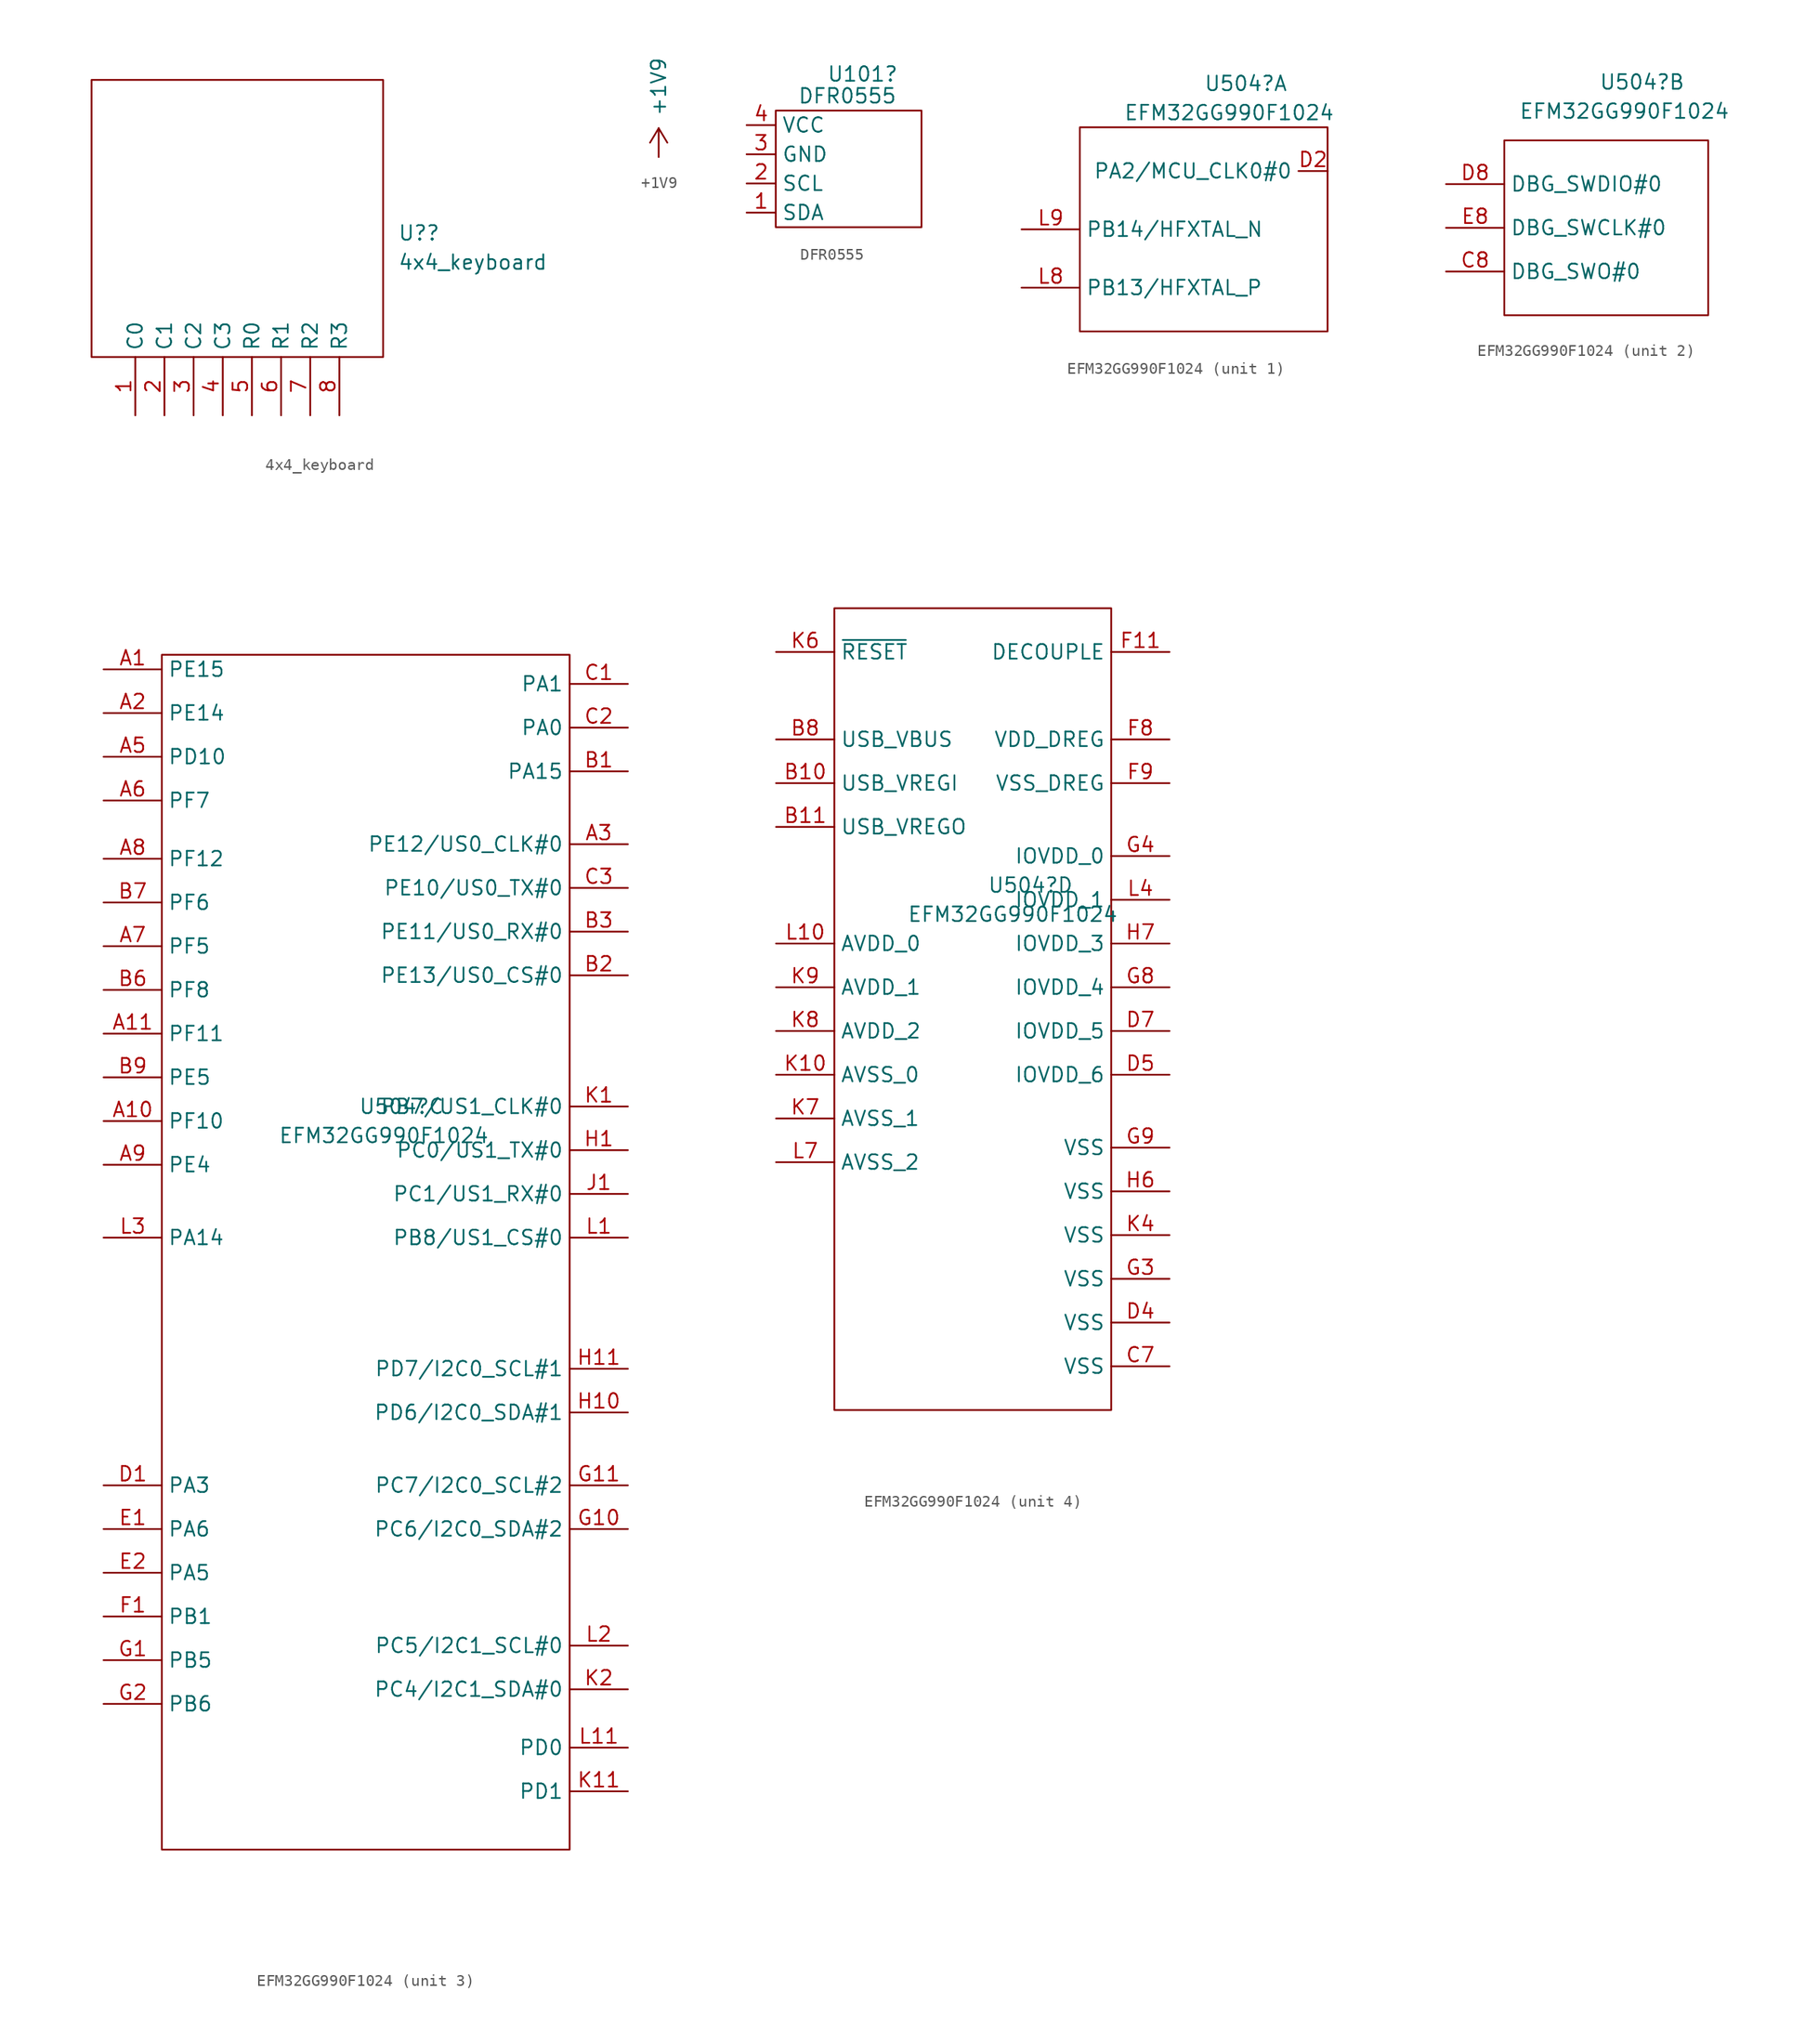
<source format=kicad_sym>
(kicad_symbol_lib
  (version 20211014)
  (generator kicad_symbol_editor)
  (symbol "4x4_keyboard"
    (property "Reference" "U?"
      (at 13.97 5.715 0)
      (effects (font (size 1.27 1.27)) (justify left)))
    (property "Value" "4x4_keyboard"
      (at 13.97 3.175 0)
      (effects (font (size 1.27 1.27)) (justify left)))
    (symbol "4x4_keyboard_0_1"
      (rectangle (start -12.7 19.05) (end 12.7 -5.08) (stroke (width 0) (type default) (color 0 0 0 0)) (fill (type none))))
    (symbol "4x4_keyboard_1_1"
      (pin bidirectional line (at -8.89 -10.16 90) (length 5.08) (name "C0" (effects (font (size 1.27 1.27)))) (number "1" (effects (font (size 1.27 1.27)))))
      (pin bidirectional line (at -6.35 -10.16 90) (length 5.08) (name "C1" (effects (font (size 1.27 1.27)))) (number "2" (effects (font (size 1.27 1.27)))))
      (pin bidirectional line (at -3.81 -10.16 90) (length 5.08) (name "C2" (effects (font (size 1.27 1.27)))) (number "3" (effects (font (size 1.27 1.27)))))
      (pin bidirectional line (at -1.27 -10.16 90) (length 5.08) (name "C3" (effects (font (size 1.27 1.27)))) (number "4" (effects (font (size 1.27 1.27)))))
      (pin bidirectional line (at 1.27 -10.16 90) (length 5.08) (name "R0" (effects (font (size 1.27 1.27)))) (number "5" (effects (font (size 1.27 1.27)))))
      (pin bidirectional line (at 3.81 -10.16 90) (length 5.08) (name "R1" (effects (font (size 1.27 1.27)))) (number "6" (effects (font (size 1.27 1.27)))))
      (pin bidirectional line (at 6.35 -10.16 90) (length 5.08) (name "R2" (effects (font (size 1.27 1.27)))) (number "7" (effects (font (size 1.27 1.27)))))
      (pin bidirectional line (at 8.89 -10.16 90) (length 5.08) (name "R3" (effects (font (size 1.27 1.27)))) (number "8" (effects (font (size 1.27 1.27)))))))
  (symbol "+1V9"
    (power)
    (pin_names
      (offset 0))
    (property "Reference" "#PWR"
      (at 0 -3.81 0)
      (effects (font (size 1.27 1.27)) hide))
    (property "Value" "+1V9"
      (at 0 3.556 90)
      (effects (font (size 1.27 1.27)) (justify left)))
    (symbol "+1V9_0_1"
      (polyline (pts (xy -0.762 1.27) (xy 0 2.54)) (stroke (width 0) (type default) (color 0 0 0 0)) (fill (type none)))
      (polyline (pts (xy 0 0) (xy 0 2.54)) (stroke (width 0) (type default) (color 0 0 0 0)) (fill (type none)))
      (polyline (pts (xy 0 2.54) (xy 0.762 1.27)) (stroke (width 0) (type default) (color 0 0 0 0)) (fill (type none))))
    (symbol "+1V9_1_1"
      (pin power_in line (at 0 0 90) (length 0) hide (name "+1V9" (effects (font (size 1.27 1.27)))) (number "1" (effects (font (size 1.27 1.27)))))))
  (symbol "DFR0555"
    (property "Reference" "U101"
      (at -1.905 5.715 0)
      (effects (font (size 1.27 1.27)) (justify left)))
    (property "Value" "DFR0555"
      (at -4.445 3.81 0)
      (effects (font (size 1.27 1.27)) (justify left)))
    (symbol "DFR0555_0_1"
      (rectangle (start -6.35 2.54) (end 6.35 -7.62) (stroke (width 0) (type default) (color 0 0 0 0)) (fill (type none))))
    (symbol "DFR0555_1_1"
      (pin open_collector line (at -8.89 -6.35 0) (length 2.54) (name "SDA" (effects (font (size 1.27 1.27)))) (number "1" (effects (font (size 1.27 1.27)))))
      (pin open_collector line (at -8.89 -3.81 0) (length 2.54) (name "SCL" (effects (font (size 1.27 1.27)))) (number "2" (effects (font (size 1.27 1.27)))))
      (pin power_in line (at -8.89 -1.27 0) (length 2.54) (name "GND" (effects (font (size 1.27 1.27)))) (number "3" (effects (font (size 1.27 1.27)))))
      (pin power_in line (at -8.89 1.27 0) (length 2.54) (name "VCC" (effects (font (size 1.27 1.27)))) (number "4" (effects (font (size 1.27 1.27)))))))
  (symbol "EFM32GG990F1024"
    (property "Reference" "U504"
      (at -0.635 12.7 0)
      (effects (font (size 1.27 1.27)) (justify left)))
    (property "Value" "EFM32GG990F1024"
      (at -7.62 10.16 0)
      (effects (font (size 1.27 1.27)) (justify left)))
    (property "ki_locked" ""
      (at 0 0 0)
      (effects (font (size 1.27 1.27))))
    (symbol "EFM32GG990F1024_1_1"
      (rectangle (start -11.43 8.89) (end 10.16 -8.89) (stroke (width 0) (type default) (color 0 0 0 0)) (fill (type none)))
      (pin output line (at 10.16 5.08 180) (length 2.54) (name "PA2/MCU_CLK0#0" (effects (font (size 1.27 1.27)))) (number "D2" (effects (font (size 1.27 1.27)))))
      (pin input line (at -16.51 -5.08 0) (length 5.08) (name "PB13/HFXTAL_P" (effects (font (size 1.27 1.27)))) (number "L8" (effects (font (size 1.27 1.27)))))
      (pin input line (at -16.51 0 0) (length 5.08) (name "PB14/HFXTAL_N" (effects (font (size 1.27 1.27)))) (number "L9" (effects (font (size 1.27 1.27))))))
    (symbol "EFM32GG990F1024_2_1"
      (rectangle (start -8.89 7.62) (end 8.89 -7.62) (stroke (width 0) (type default) (color 0 0 0 0)) (fill (type none)))
      (pin bidirectional line (at -13.97 -3.81 0) (length 5.08) (name "DBG_SWO#0" (effects (font (size 1.27 1.27)))) (number "C8" (effects (font (size 1.27 1.27)))))
      (pin bidirectional line (at -13.97 3.81 0) (length 5.08) (name "DBG_SWDIO#0" (effects (font (size 1.27 1.27)))) (number "D8" (effects (font (size 1.27 1.27)))))
      (pin input line (at -13.97 0 0) (length 5.08) (name "DBG_SWCLK#0" (effects (font (size 1.27 1.27)))) (number "E8" (effects (font (size 1.27 1.27))))))
    (symbol "EFM32GG990F1024_3_1"
      (rectangle (start -17.78 52.07) (end 17.78 -52.07) (stroke (width 0) (type default) (color 0 0 0 0)) (fill (type none)))
      (pin bidirectional line (at -22.86 50.8 0) (length 5.08) (name "PE15" (effects (font (size 1.27 1.27)))) (number "A1" (effects (font (size 1.27 1.27)))))
      (pin input line (at -22.86 11.43 0) (length 5.08) (name "PF10" (effects (font (size 1.27 1.27)))) (number "A10" (effects (font (size 1.27 1.27)))))
      (pin input line (at -22.86 19.05 0) (length 5.08) (name "PF11" (effects (font (size 1.27 1.27)))) (number "A11" (effects (font (size 1.27 1.27)))))
      (pin bidirectional line (at -22.86 46.99 0) (length 5.08) (name "PE14" (effects (font (size 1.27 1.27)))) (number "A2" (effects (font (size 1.27 1.27)))))
      (pin output line (at 22.86 35.56 180) (length 5.08) (name "PE12/US0_CLK#0" (effects (font (size 1.27 1.27)))) (number "A3" (effects (font (size 1.27 1.27)))))
      (pin bidirectional line (at -22.86 43.18 0) (length 5.08) (name "PD10" (effects (font (size 1.27 1.27)))) (number "A5" (effects (font (size 1.27 1.27)))))
      (pin bidirectional line (at -22.86 39.37 0) (length 5.08) (name "PF7" (effects (font (size 1.27 1.27)))) (number "A6" (effects (font (size 1.27 1.27)))))
      (pin output line (at -22.86 26.67 0) (length 5.08) (name "PF5" (effects (font (size 1.27 1.27)))) (number "A7" (effects (font (size 1.27 1.27)))))
      (pin output line (at -22.86 34.29 0) (length 5.08) (name "PF12" (effects (font (size 1.27 1.27)))) (number "A8" (effects (font (size 1.27 1.27)))))
      (pin input line (at -22.86 7.62 0) (length 5.08) (name "PE4" (effects (font (size 1.27 1.27)))) (number "A9" (effects (font (size 1.27 1.27)))))
      (pin bidirectional line (at 22.86 41.91 180) (length 5.08) (name "PA15" (effects (font (size 1.27 1.27)))) (number "B1" (effects (font (size 1.27 1.27)))))
      (pin output line (at 22.86 24.13 180) (length 5.08) (name "PE13/US0_CS#0" (effects (font (size 1.27 1.27)))) (number "B2" (effects (font (size 1.27 1.27)))))
      (pin input line (at 22.86 27.94 180) (length 5.08) (name "PE11/US0_RX#0" (effects (font (size 1.27 1.27)))) (number "B3" (effects (font (size 1.27 1.27)))))
      (pin output line (at -22.86 22.86 0) (length 5.08) (name "PF8" (effects (font (size 1.27 1.27)))) (number "B6" (effects (font (size 1.27 1.27)))))
      (pin output line (at -22.86 30.48 0) (length 5.08) (name "PF6" (effects (font (size 1.27 1.27)))) (number "B7" (effects (font (size 1.27 1.27)))))
      (pin input line (at -22.86 15.24 0) (length 5.08) (name "PE5" (effects (font (size 1.27 1.27)))) (number "B9" (effects (font (size 1.27 1.27)))))
      (pin bidirectional line (at 22.86 49.53 180) (length 5.08) (name "PA1" (effects (font (size 1.27 1.27)))) (number "C1" (effects (font (size 1.27 1.27)))))
      (pin bidirectional line (at 22.86 45.72 180) (length 5.08) (name "PA0" (effects (font (size 1.27 1.27)))) (number "C2" (effects (font (size 1.27 1.27)))))
      (pin output line (at 22.86 31.75 180) (length 5.08) (name "PE10/US0_TX#0" (effects (font (size 1.27 1.27)))) (number "C3" (effects (font (size 1.27 1.27)))))
      (pin bidirectional line (at -22.86 -20.32 0) (length 5.08) (name "PA3" (effects (font (size 1.27 1.27)))) (number "D1" (effects (font (size 1.27 1.27)))))
      (pin bidirectional line (at -22.86 -24.13 0) (length 5.08) (name "PA6" (effects (font (size 1.27 1.27)))) (number "E1" (effects (font (size 1.27 1.27)))))
      (pin bidirectional line (at -22.86 -27.94 0) (length 5.08) (name "PA5" (effects (font (size 1.27 1.27)))) (number "E2" (effects (font (size 1.27 1.27)))))
      (pin bidirectional line (at -22.86 -31.75 0) (length 5.08) (name "PB1" (effects (font (size 1.27 1.27)))) (number "F1" (effects (font (size 1.27 1.27)))))
      (pin output line (at -22.86 -35.56 0) (length 5.08) (name "PB5" (effects (font (size 1.27 1.27)))) (number "G1" (effects (font (size 1.27 1.27)))))
      (pin open_collector line (at 22.86 -24.13 180) (length 5.08) (name "PC6/I2C0_SDA#2" (effects (font (size 1.27 1.27)))) (number "G10" (effects (font (size 1.27 1.27)))))
      (pin open_collector line (at 22.86 -20.32 180) (length 5.08) (name "PC7/I2C0_SCL#2" (effects (font (size 1.27 1.27)))) (number "G11" (effects (font (size 1.27 1.27)))))
      (pin output line (at -22.86 -39.37 0) (length 5.08) (name "PB6" (effects (font (size 1.27 1.27)))) (number "G2" (effects (font (size 1.27 1.27)))))
      (pin output line (at 22.86 8.89 180) (length 5.08) (name "PC0/US1_TX#0" (effects (font (size 1.27 1.27)))) (number "H1" (effects (font (size 1.27 1.27)))))
      (pin open_collector line (at 22.86 -13.97 180) (length 5.08) (name "PD6/I2C0_SDA#1" (effects (font (size 1.27 1.27)))) (number "H10" (effects (font (size 1.27 1.27)))))
      (pin open_collector line (at 22.86 -10.16 180) (length 5.08) (name "PD7/I2C0_SCL#1" (effects (font (size 1.27 1.27)))) (number "H11" (effects (font (size 1.27 1.27)))))
      (pin input line (at 22.86 5.08 180) (length 5.08) (name "PC1/US1_RX#0" (effects (font (size 1.27 1.27)))) (number "J1" (effects (font (size 1.27 1.27)))))
      (pin output line (at 22.86 12.7 180) (length 5.08) (name "PB7/US1_CLK#0" (effects (font (size 1.27 1.27)))) (number "K1" (effects (font (size 1.27 1.27)))))
      (pin bidirectional line (at 22.86 -46.99 180) (length 5.08) (name "PD1" (effects (font (size 1.27 1.27)))) (number "K11" (effects (font (size 1.27 1.27)))))
      (pin open_collector line (at 22.86 -38.1 180) (length 5.08) (name "PC4/I2C1_SDA#0" (effects (font (size 1.27 1.27)))) (number "K2" (effects (font (size 1.27 1.27)))))
      (pin output line (at 22.86 1.27 180) (length 5.08) (name "PB8/US1_CS#0" (effects (font (size 1.27 1.27)))) (number "L1" (effects (font (size 1.27 1.27)))))
      (pin bidirectional line (at 22.86 -43.18 180) (length 5.08) (name "PD0" (effects (font (size 1.27 1.27)))) (number "L11" (effects (font (size 1.27 1.27)))))
      (pin open_collector line (at 22.86 -34.29 180) (length 5.08) (name "PC5/I2C1_SCL#0" (effects (font (size 1.27 1.27)))) (number "L2" (effects (font (size 1.27 1.27)))))
      (pin output line (at -22.86 1.27 0) (length 5.08) (name "PA14" (effects (font (size 1.27 1.27)))) (number "L3" (effects (font (size 1.27 1.27))))))
    (symbol "EFM32GG990F1024_4_1"
      (rectangle (start -13.97 36.83) (end 10.16 -33.02) (stroke (width 0) (type default) (color 0 0 0 0)) (fill (type none)))
      (pin input line (at -19.05 21.59 0) (length 5.08) (name "USB_VREGI" (effects (font (size 1.27 1.27)))) (number "B10" (effects (font (size 1.27 1.27)))))
      (pin output line (at -19.05 17.78 0) (length 5.08) (name "USB_VREGO" (effects (font (size 1.27 1.27)))) (number "B11" (effects (font (size 1.27 1.27)))))
      (pin input line (at -19.05 25.4 0) (length 5.08) (name "USB_VBUS" (effects (font (size 1.27 1.27)))) (number "B8" (effects (font (size 1.27 1.27)))))
      (pin power_in line (at 15.24 -29.21 180) (length 5.08) (name "VSS" (effects (font (size 1.27 1.27)))) (number "C7" (effects (font (size 1.27 1.27)))))
      (pin power_in line (at 15.24 -25.4 180) (length 5.08) (name "VSS" (effects (font (size 1.27 1.27)))) (number "D4" (effects (font (size 1.27 1.27)))))
      (pin power_in line (at 15.24 -3.81 180) (length 5.08) (name "IOVDD_6" (effects (font (size 1.27 1.27)))) (number "D5" (effects (font (size 1.27 1.27)))))
      (pin power_in line (at 15.24 0 180) (length 5.08) (name "IOVDD_5" (effects (font (size 1.27 1.27)))) (number "D7" (effects (font (size 1.27 1.27)))))
      (pin input line (at 15.24 33.02 180) (length 5.08) (name "DECOUPLE" (effects (font (size 1.27 1.27)))) (number "F11" (effects (font (size 1.27 1.27)))))
      (pin power_in line (at 15.24 25.4 180) (length 5.08) (name "VDD_DREG" (effects (font (size 1.27 1.27)))) (number "F8" (effects (font (size 1.27 1.27)))))
      (pin power_in line (at 15.24 21.59 180) (length 5.08) (name "VSS_DREG" (effects (font (size 1.27 1.27)))) (number "F9" (effects (font (size 1.27 1.27)))))
      (pin power_in line (at 15.24 -21.59 180) (length 5.08) (name "VSS" (effects (font (size 1.27 1.27)))) (number "G3" (effects (font (size 1.27 1.27)))))
      (pin power_in line (at 15.24 15.24 180) (length 5.08) (name "IOVDD_0" (effects (font (size 1.27 1.27)))) (number "G4" (effects (font (size 1.27 1.27)))))
      (pin power_in line (at 15.24 3.81 180) (length 5.08) (name "IOVDD_4" (effects (font (size 1.27 1.27)))) (number "G8" (effects (font (size 1.27 1.27)))))
      (pin power_in line (at 15.24 -10.16 180) (length 5.08) (name "VSS" (effects (font (size 1.27 1.27)))) (number "G9" (effects (font (size 1.27 1.27)))))
      (pin power_in line (at 15.24 -13.97 180) (length 5.08) (name "VSS" (effects (font (size 1.27 1.27)))) (number "H6" (effects (font (size 1.27 1.27)))))
      (pin power_in line (at 15.24 7.62 180) (length 5.08) (name "IOVDD_3" (effects (font (size 1.27 1.27)))) (number "H7" (effects (font (size 1.27 1.27)))))
      (pin power_in line (at -19.05 -3.81 0) (length 5.08) (name "AVSS_0" (effects (font (size 1.27 1.27)))) (number "K10" (effects (font (size 1.27 1.27)))))
      (pin power_in line (at 15.24 -17.78 180) (length 5.08) (name "VSS" (effects (font (size 1.27 1.27)))) (number "K4" (effects (font (size 1.27 1.27)))))
      (pin input line (at -19.05 33.02 0) (length 5.08) (name "~{RESET}" (effects (font (size 1.27 1.27)))) (number "K6" (effects (font (size 1.27 1.27)))))
      (pin power_in line (at -19.05 -7.62 0) (length 5.08) (name "AVSS_1" (effects (font (size 1.27 1.27)))) (number "K7" (effects (font (size 1.27 1.27)))))
      (pin power_in line (at -19.05 0 0) (length 5.08) (name "AVDD_2" (effects (font (size 1.27 1.27)))) (number "K8" (effects (font (size 1.27 1.27)))))
      (pin power_in line (at -19.05 3.81 0) (length 5.08) (name "AVDD_1" (effects (font (size 1.27 1.27)))) (number "K9" (effects (font (size 1.27 1.27)))))
      (pin power_in line (at -19.05 7.62 0) (length 5.08) (name "AVDD_0" (effects (font (size 1.27 1.27)))) (number "L10" (effects (font (size 1.27 1.27)))))
      (pin power_in line (at 15.24 11.43 180) (length 5.08) (name "IOVDD_1" (effects (font (size 1.27 1.27)))) (number "L4" (effects (font (size 1.27 1.27)))))
      (pin power_in line (at -19.05 -11.43 0) (length 5.08) (name "AVSS_2" (effects (font (size 1.27 1.27)))) (number "L7" (effects (font (size 1.27 1.27))))))))
</source>
